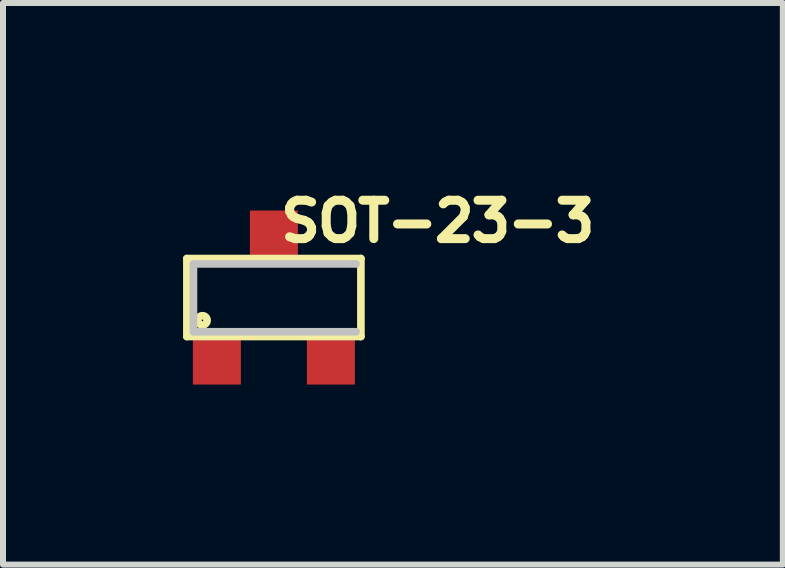
<source format=kicad_pcb>
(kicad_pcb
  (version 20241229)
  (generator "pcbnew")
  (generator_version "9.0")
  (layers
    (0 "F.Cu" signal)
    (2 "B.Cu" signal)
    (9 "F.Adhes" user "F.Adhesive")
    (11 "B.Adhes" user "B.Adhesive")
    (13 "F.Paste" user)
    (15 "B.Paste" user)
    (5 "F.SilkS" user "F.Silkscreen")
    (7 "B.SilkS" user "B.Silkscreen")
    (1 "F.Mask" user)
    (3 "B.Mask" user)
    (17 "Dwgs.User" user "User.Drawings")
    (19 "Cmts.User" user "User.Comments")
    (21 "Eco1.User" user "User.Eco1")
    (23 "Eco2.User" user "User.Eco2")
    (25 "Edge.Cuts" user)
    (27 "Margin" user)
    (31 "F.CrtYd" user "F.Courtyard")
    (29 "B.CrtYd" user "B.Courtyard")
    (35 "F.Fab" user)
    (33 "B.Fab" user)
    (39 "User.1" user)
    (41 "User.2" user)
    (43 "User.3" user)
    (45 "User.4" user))
  (footprint "SOT-23-3"
    (layer "F.Cu")
    (at 1.514 1.908)
    (property "Reference" "SOT-23-3" (at 2.731 -1.27 0) (layer "F.SilkS") (effects (font (size 0.64 0.64) (thickness 0.15))))
    (attr smd)
    (fp_line (start -1.45 -0.65) (end -1.45 0.65) (stroke (width 0.127) (type solid)) (layer "F.SilkS"))
    (fp_line (start -1.45 0.65) (end 1.45 0.65) (stroke (width 0.127) (type solid)) (layer "F.SilkS"))
    (fp_line (start 1.45 -0.65) (end -1.45 -0.65) (stroke (width 0.127) (type solid)) (layer "F.SilkS"))
    (fp_line (start 1.45 0.65) (end 1.45 -0.65) (stroke (width 0.127) (type solid)) (layer "F.SilkS"))
    (fp_circle (center -1.19 0.38) (end -1.176 0.38) (stroke (width 0.127) (type solid)) (fill no) (layer "F.SilkS"))
    (fp_line (start -1.34 -0.56) (end 1.37 -0.56) (stroke (width 0.127) (type solid)) (layer "Dwgs.User"))
    (fp_line (start -1.34 0.57) (end -1.34 -0.56) (stroke (width 0.127) (type solid)) (layer "Dwgs.User"))
    (fp_line (start 1.37 0.57) (end -1.34 0.57) (stroke (width 0.127) (type solid)) (layer "Dwgs.User"))
    (pad "1" smd rect (at -0.95 1) (size 0.8 0.9) (layers "F.Cu" "F.Mask" "F.Paste"))
    (pad "2" smd rect (at 0.95 1) (size 0.8 0.9) (layers "F.Cu" "F.Mask" "F.Paste"))
    (pad "3" smd rect (at 0 -1) (size 0.8 0.9) (layers "F.Cu" "F.Mask" "F.Paste")))
  (gr_rect
    (start -3 -3)
    (end 9.995 6.358)
    (stroke (width 0.1) (type default))
    (fill no)
    (layer "Edge.Cuts")))
</source>
